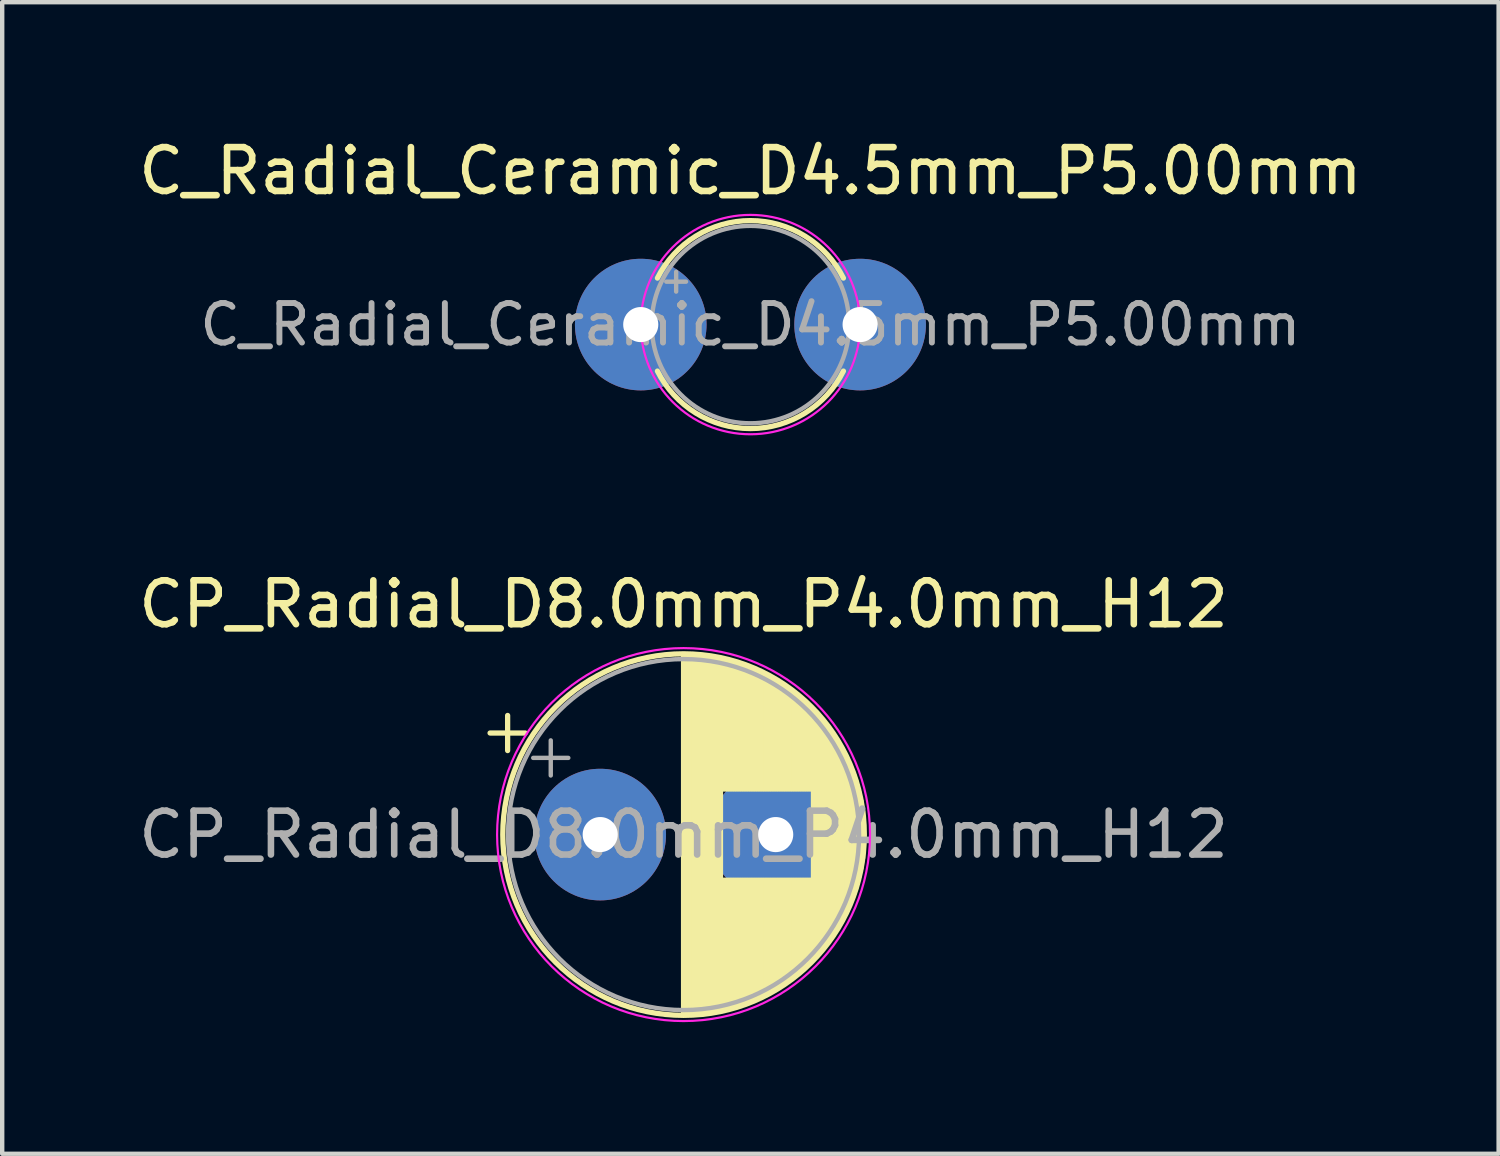
<source format=kicad_pcb>
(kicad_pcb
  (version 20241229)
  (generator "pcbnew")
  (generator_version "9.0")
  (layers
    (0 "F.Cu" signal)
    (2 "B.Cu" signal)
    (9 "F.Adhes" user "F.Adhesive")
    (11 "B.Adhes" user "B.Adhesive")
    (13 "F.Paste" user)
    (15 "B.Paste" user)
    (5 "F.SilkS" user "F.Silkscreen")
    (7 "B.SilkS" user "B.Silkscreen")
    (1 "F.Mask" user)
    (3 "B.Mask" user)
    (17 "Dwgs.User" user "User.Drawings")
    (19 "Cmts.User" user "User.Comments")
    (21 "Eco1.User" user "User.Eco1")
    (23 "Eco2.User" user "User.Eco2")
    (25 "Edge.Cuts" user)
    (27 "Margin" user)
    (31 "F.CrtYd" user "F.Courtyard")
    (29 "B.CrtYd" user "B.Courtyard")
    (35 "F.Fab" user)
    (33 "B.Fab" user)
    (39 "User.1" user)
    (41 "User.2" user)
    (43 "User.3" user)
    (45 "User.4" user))
  (footprint "CP_Radial_D8.0mm_P4.0mm_H12"
    (layer "F.Cu")
    (at 10.63 15.972)
    (property "Reference" "CP_Radial_D8.0mm_P4.0mm_H12" (at 1.9 -5.25 0) (layer "F.SilkS") (effects (font (size 1 1) (thickness 0.15))))
    (attr through_hole)
    (fp_line (start -2.51 -2.315) (end -1.71 -2.315) (stroke (width 0.12) (type solid)) (layer "F.SilkS"))
    (fp_line (start -2.11 -2.715) (end -2.11 -1.915) (stroke (width 0.12) (type solid)) (layer "F.SilkS"))
    (fp_line (start 1.9 -4.08) (end 1.9 4.08) (stroke (width 0.12) (type solid)) (layer "F.SilkS"))
    (fp_line (start 1.94 -4.08) (end 1.94 4.08) (stroke (width 0.12) (type solid)) (layer "F.SilkS"))
    (fp_line (start 1.98 -4.08) (end 1.98 4.08) (stroke (width 0.12) (type solid)) (layer "F.SilkS"))
    (fp_line (start 2.02 -4.079) (end 2.02 4.079) (stroke (width 0.12) (type solid)) (layer "F.SilkS"))
    (fp_line (start 2.06 -4.077) (end 2.06 4.077) (stroke (width 0.12) (type solid)) (layer "F.SilkS"))
    (fp_line (start 2.1 -4.076) (end 2.1 4.076) (stroke (width 0.12) (type solid)) (layer "F.SilkS"))
    (fp_line (start 2.14 -4.074) (end 2.14 4.074) (stroke (width 0.12) (type solid)) (layer "F.SilkS"))
    (fp_line (start 2.18 -4.071) (end 2.18 4.071) (stroke (width 0.12) (type solid)) (layer "F.SilkS"))
    (fp_line (start 2.22 -4.068) (end 2.22 4.068) (stroke (width 0.12) (type solid)) (layer "F.SilkS"))
    (fp_line (start 2.26 -4.065) (end 2.26 4.065) (stroke (width 0.12) (type solid)) (layer "F.SilkS"))
    (fp_line (start 2.3 -4.061) (end 2.3 4.061) (stroke (width 0.12) (type solid)) (layer "F.SilkS"))
    (fp_line (start 2.34 -4.057) (end 2.34 4.057) (stroke (width 0.12) (type solid)) (layer "F.SilkS"))
    (fp_line (start 2.38 -4.052) (end 2.38 4.052) (stroke (width 0.12) (type solid)) (layer "F.SilkS"))
    (fp_line (start 2.42 -4.048) (end 2.42 4.048) (stroke (width 0.12) (type solid)) (layer "F.SilkS"))
    (fp_line (start 2.46 -4.042) (end 2.46 4.042) (stroke (width 0.12) (type solid)) (layer "F.SilkS"))
    (fp_line (start 2.5 -4.037) (end 2.5 4.037) (stroke (width 0.12) (type solid)) (layer "F.SilkS"))
    (fp_line (start 2.54 -4.03) (end 2.54 4.03) (stroke (width 0.12) (type solid)) (layer "F.SilkS"))
    (fp_line (start 2.58 -4.024) (end 2.58 4.024) (stroke (width 0.12) (type solid)) (layer "F.SilkS"))
    (fp_line (start 2.621 -4.017) (end 2.621 4.017) (stroke (width 0.12) (type solid)) (layer "F.SilkS"))
    (fp_line (start 2.661 -4.01) (end 2.661 4.01) (stroke (width 0.12) (type solid)) (layer "F.SilkS"))
    (fp_line (start 2.701 -4.002) (end 2.701 4.002) (stroke (width 0.12) (type solid)) (layer "F.SilkS"))
    (fp_line (start 2.741 -3.994) (end 2.741 3.994) (stroke (width 0.12) (type solid)) (layer "F.SilkS"))
    (fp_line (start 2.781 -3.985) (end 2.781 -1.04) (stroke (width 0.12) (type solid)) (layer "F.SilkS"))
    (fp_line (start 2.781 1.04) (end 2.781 3.985) (stroke (width 0.12) (type solid)) (layer "F.SilkS"))
    (fp_line (start 2.821 -3.976) (end 2.821 -1.04) (stroke (width 0.12) (type solid)) (layer "F.SilkS"))
    (fp_line (start 2.821 1.04) (end 2.821 3.976) (stroke (width 0.12) (type solid)) (layer "F.SilkS"))
    (fp_line (start 2.861 -3.967) (end 2.861 -1.04) (stroke (width 0.12) (type solid)) (layer "F.SilkS"))
    (fp_line (start 2.861 1.04) (end 2.861 3.967) (stroke (width 0.12) (type solid)) (layer "F.SilkS"))
    (fp_line (start 2.901 -3.957) (end 2.901 -1.04) (stroke (width 0.12) (type solid)) (layer "F.SilkS"))
    (fp_line (start 2.901 1.04) (end 2.901 3.957) (stroke (width 0.12) (type solid)) (layer "F.SilkS"))
    (fp_line (start 2.941 -3.947) (end 2.941 -1.04) (stroke (width 0.12) (type solid)) (layer "F.SilkS"))
    (fp_line (start 2.941 1.04) (end 2.941 3.947) (stroke (width 0.12) (type solid)) (layer "F.SilkS"))
    (fp_line (start 2.981 -3.936) (end 2.981 -1.04) (stroke (width 0.12) (type solid)) (layer "F.SilkS"))
    (fp_line (start 2.981 1.04) (end 2.981 3.936) (stroke (width 0.12) (type solid)) (layer "F.SilkS"))
    (fp_line (start 3.021 -3.925) (end 3.021 -1.04) (stroke (width 0.12) (type solid)) (layer "F.SilkS"))
    (fp_line (start 3.021 1.04) (end 3.021 3.925) (stroke (width 0.12) (type solid)) (layer "F.SilkS"))
    (fp_line (start 3.061 -3.914) (end 3.061 -1.04) (stroke (width 0.12) (type solid)) (layer "F.SilkS"))
    (fp_line (start 3.061 1.04) (end 3.061 3.914) (stroke (width 0.12) (type solid)) (layer "F.SilkS"))
    (fp_line (start 3.101 -3.902) (end 3.101 -1.04) (stroke (width 0.12) (type solid)) (layer "F.SilkS"))
    (fp_line (start 3.101 1.04) (end 3.101 3.902) (stroke (width 0.12) (type solid)) (layer "F.SilkS"))
    (fp_line (start 3.141 -3.889) (end 3.141 -1.04) (stroke (width 0.12) (type solid)) (layer "F.SilkS"))
    (fp_line (start 3.141 1.04) (end 3.141 3.889) (stroke (width 0.12) (type solid)) (layer "F.SilkS"))
    (fp_line (start 3.181 -3.877) (end 3.181 -1.04) (stroke (width 0.12) (type solid)) (layer "F.SilkS"))
    (fp_line (start 3.181 1.04) (end 3.181 3.877) (stroke (width 0.12) (type solid)) (layer "F.SilkS"))
    (fp_line (start 3.221 -3.863) (end 3.221 -1.04) (stroke (width 0.12) (type solid)) (layer "F.SilkS"))
    (fp_line (start 3.221 1.04) (end 3.221 3.863) (stroke (width 0.12) (type solid)) (layer "F.SilkS"))
    (fp_line (start 3.261 -3.85) (end 3.261 -1.04) (stroke (width 0.12) (type solid)) (layer "F.SilkS"))
    (fp_line (start 3.261 1.04) (end 3.261 3.85) (stroke (width 0.12) (type solid)) (layer "F.SilkS"))
    (fp_line (start 3.301 -3.835) (end 3.301 -1.04) (stroke (width 0.12) (type solid)) (layer "F.SilkS"))
    (fp_line (start 3.301 1.04) (end 3.301 3.835) (stroke (width 0.12) (type solid)) (layer "F.SilkS"))
    (fp_line (start 3.341 -3.821) (end 3.341 -1.04) (stroke (width 0.12) (type solid)) (layer "F.SilkS"))
    (fp_line (start 3.341 1.04) (end 3.341 3.821) (stroke (width 0.12) (type solid)) (layer "F.SilkS"))
    (fp_line (start 3.381 -3.805) (end 3.381 -1.04) (stroke (width 0.12) (type solid)) (layer "F.SilkS"))
    (fp_line (start 3.381 1.04) (end 3.381 3.805) (stroke (width 0.12) (type solid)) (layer "F.SilkS"))
    (fp_line (start 3.421 -3.79) (end 3.421 -1.04) (stroke (width 0.12) (type solid)) (layer "F.SilkS"))
    (fp_line (start 3.421 1.04) (end 3.421 3.79) (stroke (width 0.12) (type solid)) (layer "F.SilkS"))
    (fp_line (start 3.461 -3.774) (end 3.461 -1.04) (stroke (width 0.12) (type solid)) (layer "F.SilkS"))
    (fp_line (start 3.461 1.04) (end 3.461 3.774) (stroke (width 0.12) (type solid)) (layer "F.SilkS"))
    (fp_line (start 3.501 -3.757) (end 3.501 -1.04) (stroke (width 0.12) (type solid)) (layer "F.SilkS"))
    (fp_line (start 3.501 1.04) (end 3.501 3.757) (stroke (width 0.12) (type solid)) (layer "F.SilkS"))
    (fp_line (start 3.541 -3.74) (end 3.541 -1.04) (stroke (width 0.12) (type solid)) (layer "F.SilkS"))
    (fp_line (start 3.541 1.04) (end 3.541 3.74) (stroke (width 0.12) (type solid)) (layer "F.SilkS"))
    (fp_line (start 3.581 -3.722) (end 3.581 -1.04) (stroke (width 0.12) (type solid)) (layer "F.SilkS"))
    (fp_line (start 3.581 1.04) (end 3.581 3.722) (stroke (width 0.12) (type solid)) (layer "F.SilkS"))
    (fp_line (start 3.621 -3.704) (end 3.621 -1.04) (stroke (width 0.12) (type solid)) (layer "F.SilkS"))
    (fp_line (start 3.621 1.04) (end 3.621 3.704) (stroke (width 0.12) (type solid)) (layer "F.SilkS"))
    (fp_line (start 3.661 -3.686) (end 3.661 -1.04) (stroke (width 0.12) (type solid)) (layer "F.SilkS"))
    (fp_line (start 3.661 1.04) (end 3.661 3.686) (stroke (width 0.12) (type solid)) (layer "F.SilkS"))
    (fp_line (start 3.701 -3.666) (end 3.701 -1.04) (stroke (width 0.12) (type solid)) (layer "F.SilkS"))
    (fp_line (start 3.701 1.04) (end 3.701 3.666) (stroke (width 0.12) (type solid)) (layer "F.SilkS"))
    (fp_line (start 3.741 -3.647) (end 3.741 -1.04) (stroke (width 0.12) (type solid)) (layer "F.SilkS"))
    (fp_line (start 3.741 1.04) (end 3.741 3.647) (stroke (width 0.12) (type solid)) (layer "F.SilkS"))
    (fp_line (start 3.781 -3.627) (end 3.781 -1.04) (stroke (width 0.12) (type solid)) (layer "F.SilkS"))
    (fp_line (start 3.781 1.04) (end 3.781 3.627) (stroke (width 0.12) (type solid)) (layer "F.SilkS"))
    (fp_line (start 3.821 -3.606) (end 3.821 -1.04) (stroke (width 0.12) (type solid)) (layer "F.SilkS"))
    (fp_line (start 3.821 1.04) (end 3.821 3.606) (stroke (width 0.12) (type solid)) (layer "F.SilkS"))
    (fp_line (start 3.861 -3.584) (end 3.861 -1.04) (stroke (width 0.12) (type solid)) (layer "F.SilkS"))
    (fp_line (start 3.861 1.04) (end 3.861 3.584) (stroke (width 0.12) (type solid)) (layer "F.SilkS"))
    (fp_line (start 3.901 -3.562) (end 3.901 -1.04) (stroke (width 0.12) (type solid)) (layer "F.SilkS"))
    (fp_line (start 3.901 1.04) (end 3.901 3.562) (stroke (width 0.12) (type solid)) (layer "F.SilkS"))
    (fp_line (start 3.941 -3.54) (end 3.941 -1.04) (stroke (width 0.12) (type solid)) (layer "F.SilkS"))
    (fp_line (start 3.941 1.04) (end 3.941 3.54) (stroke (width 0.12) (type solid)) (layer "F.SilkS"))
    (fp_line (start 3.981 -3.517) (end 3.981 -1.04) (stroke (width 0.12) (type solid)) (layer "F.SilkS"))
    (fp_line (start 3.981 1.04) (end 3.981 3.517) (stroke (width 0.12) (type solid)) (layer "F.SilkS"))
    (fp_line (start 4.021 -3.493) (end 4.021 -1.04) (stroke (width 0.12) (type solid)) (layer "F.SilkS"))
    (fp_line (start 4.021 1.04) (end 4.021 3.493) (stroke (width 0.12) (type solid)) (layer "F.SilkS"))
    (fp_line (start 4.061 -3.469) (end 4.061 -1.04) (stroke (width 0.12) (type solid)) (layer "F.SilkS"))
    (fp_line (start 4.061 1.04) (end 4.061 3.469) (stroke (width 0.12) (type solid)) (layer "F.SilkS"))
    (fp_line (start 4.101 -3.444) (end 4.101 -1.04) (stroke (width 0.12) (type solid)) (layer "F.SilkS"))
    (fp_line (start 4.101 1.04) (end 4.101 3.444) (stroke (width 0.12) (type solid)) (layer "F.SilkS"))
    (fp_line (start 4.141 -3.418) (end 4.141 -1.04) (stroke (width 0.12) (type solid)) (layer "F.SilkS"))
    (fp_line (start 4.141 1.04) (end 4.141 3.418) (stroke (width 0.12) (type solid)) (layer "F.SilkS"))
    (fp_line (start 4.181 -3.392) (end 4.181 -1.04) (stroke (width 0.12) (type solid)) (layer "F.SilkS"))
    (fp_line (start 4.181 1.04) (end 4.181 3.392) (stroke (width 0.12) (type solid)) (layer "F.SilkS"))
    (fp_line (start 4.221 -3.365) (end 4.221 -1.04) (stroke (width 0.12) (type solid)) (layer "F.SilkS"))
    (fp_line (start 4.221 1.04) (end 4.221 3.365) (stroke (width 0.12) (type solid)) (layer "F.SilkS"))
    (fp_line (start 4.261 -3.338) (end 4.261 -1.04) (stroke (width 0.12) (type solid)) (layer "F.SilkS"))
    (fp_line (start 4.261 1.04) (end 4.261 3.338) (stroke (width 0.12) (type solid)) (layer "F.SilkS"))
    (fp_line (start 4.301 -3.309) (end 4.301 -1.04) (stroke (width 0.12) (type solid)) (layer "F.SilkS"))
    (fp_line (start 4.301 1.04) (end 4.301 3.309) (stroke (width 0.12) (type solid)) (layer "F.SilkS"))
    (fp_line (start 4.341 -3.28) (end 4.341 -1.04) (stroke (width 0.12) (type solid)) (layer "F.SilkS"))
    (fp_line (start 4.341 1.04) (end 4.341 3.28) (stroke (width 0.12) (type solid)) (layer "F.SilkS"))
    (fp_line (start 4.381 -3.25) (end 4.381 -1.04) (stroke (width 0.12) (type solid)) (layer "F.SilkS"))
    (fp_line (start 4.381 1.04) (end 4.381 3.25) (stroke (width 0.12) (type solid)) (layer "F.SilkS"))
    (fp_line (start 4.421 -3.22) (end 4.421 -1.04) (stroke (width 0.12) (type solid)) (layer "F.SilkS"))
    (fp_line (start 4.421 1.04) (end 4.421 3.22) (stroke (width 0.12) (type solid)) (layer "F.SilkS"))
    (fp_line (start 4.461 -3.189) (end 4.461 -1.04) (stroke (width 0.12) (type solid)) (layer "F.SilkS"))
    (fp_line (start 4.461 1.04) (end 4.461 3.189) (stroke (width 0.12) (type solid)) (layer "F.SilkS"))
    (fp_line (start 4.501 -3.156) (end 4.501 -1.04) (stroke (width 0.12) (type solid)) (layer "F.SilkS"))
    (fp_line (start 4.501 1.04) (end 4.501 3.156) (stroke (width 0.12) (type solid)) (layer "F.SilkS"))
    (fp_line (start 4.541 -3.124) (end 4.541 -1.04) (stroke (width 0.12) (type solid)) (layer "F.SilkS"))
    (fp_line (start 4.541 1.04) (end 4.541 3.124) (stroke (width 0.12) (type solid)) (layer "F.SilkS"))
    (fp_line (start 4.581 -3.09) (end 4.581 -1.04) (stroke (width 0.12) (type solid)) (layer "F.SilkS"))
    (fp_line (start 4.581 1.04) (end 4.581 3.09) (stroke (width 0.12) (type solid)) (layer "F.SilkS"))
    (fp_line (start 4.621 -3.055) (end 4.621 -1.04) (stroke (width 0.12) (type solid)) (layer "F.SilkS"))
    (fp_line (start 4.621 1.04) (end 4.621 3.055) (stroke (width 0.12) (type solid)) (layer "F.SilkS"))
    (fp_line (start 4.661 -3.019) (end 4.661 -1.04) (stroke (width 0.12) (type solid)) (layer "F.SilkS"))
    (fp_line (start 4.661 1.04) (end 4.661 3.019) (stroke (width 0.12) (type solid)) (layer "F.SilkS"))
    (fp_line (start 4.701 -2.983) (end 4.701 -1.04) (stroke (width 0.12) (type solid)) (layer "F.SilkS"))
    (fp_line (start 4.701 1.04) (end 4.701 2.983) (stroke (width 0.12) (type solid)) (layer "F.SilkS"))
    (fp_line (start 4.741 -2.945) (end 4.741 -1.04) (stroke (width 0.12) (type solid)) (layer "F.SilkS"))
    (fp_line (start 4.741 1.04) (end 4.741 2.945) (stroke (width 0.12) (type solid)) (layer "F.SilkS"))
    (fp_line (start 4.781 -2.907) (end 4.781 -1.04) (stroke (width 0.12) (type solid)) (layer "F.SilkS"))
    (fp_line (start 4.781 1.04) (end 4.781 2.907) (stroke (width 0.12) (type solid)) (layer "F.SilkS"))
    (fp_line (start 4.821 -2.867) (end 4.821 -1.04) (stroke (width 0.12) (type solid)) (layer "F.SilkS"))
    (fp_line (start 4.821 1.04) (end 4.821 2.867) (stroke (width 0.12) (type solid)) (layer "F.SilkS"))
    (fp_line (start 4.861 -2.826) (end 4.861 2.826) (stroke (width 0.12) (type solid)) (layer "F.SilkS"))
    (fp_line (start 4.901 -2.784) (end 4.901 2.784) (stroke (width 0.12) (type solid)) (layer "F.SilkS"))
    (fp_line (start 4.941 -2.741) (end 4.941 2.741) (stroke (width 0.12) (type solid)) (layer "F.SilkS"))
    (fp_line (start 4.981 -2.697) (end 4.981 2.697) (stroke (width 0.12) (type solid)) (layer "F.SilkS"))
    (fp_line (start 5.021 -2.651) (end 5.021 2.651) (stroke (width 0.12) (type solid)) (layer "F.SilkS"))
    (fp_line (start 5.061 -2.604) (end 5.061 2.604) (stroke (width 0.12) (type solid)) (layer "F.SilkS"))
    (fp_line (start 5.101 -2.556) (end 5.101 2.556) (stroke (width 0.12) (type solid)) (layer "F.SilkS"))
    (fp_line (start 5.141 -2.505) (end 5.141 2.505) (stroke (width 0.12) (type solid)) (layer "F.SilkS"))
    (fp_line (start 5.181 -2.454) (end 5.181 2.454) (stroke (width 0.12) (type solid)) (layer "F.SilkS"))
    (fp_line (start 5.221 -2.4) (end 5.221 2.4) (stroke (width 0.12) (type solid)) (layer "F.SilkS"))
    (fp_line (start 5.261 -2.345) (end 5.261 2.345) (stroke (width 0.12) (type solid)) (layer "F.SilkS"))
    (fp_line (start 5.301 -2.287) (end 5.301 2.287) (stroke (width 0.12) (type solid)) (layer "F.SilkS"))
    (fp_line (start 5.341 -2.228) (end 5.341 2.228) (stroke (width 0.12) (type solid)) (layer "F.SilkS"))
    (fp_line (start 5.381 -2.166) (end 5.381 2.166) (stroke (width 0.12) (type solid)) (layer "F.SilkS"))
    (fp_line (start 5.421 -2.102) (end 5.421 2.102) (stroke (width 0.12) (type solid)) (layer "F.SilkS"))
    (fp_line (start 5.461 -2.034) (end 5.461 2.034) (stroke (width 0.12) (type solid)) (layer "F.SilkS"))
    (fp_line (start 5.501 -1.964) (end 5.501 1.964) (stroke (width 0.12) (type solid)) (layer "F.SilkS"))
    (fp_line (start 5.541 -1.89) (end 5.541 1.89) (stroke (width 0.12) (type solid)) (layer "F.SilkS"))
    (fp_line (start 5.581 -1.813) (end 5.581 1.813) (stroke (width 0.12) (type solid)) (layer "F.SilkS"))
    (fp_line (start 5.621 -1.731) (end 5.621 1.731) (stroke (width 0.12) (type solid)) (layer "F.SilkS"))
    (fp_line (start 5.661 -1.645) (end 5.661 1.645) (stroke (width 0.12) (type solid)) (layer "F.SilkS"))
    (fp_line (start 5.701 -1.552) (end 5.701 1.552) (stroke (width 0.12) (type solid)) (layer "F.SilkS"))
    (fp_line (start 5.741 -1.453) (end 5.741 1.453) (stroke (width 0.12) (type solid)) (layer "F.SilkS"))
    (fp_line (start 5.781 -1.346) (end 5.781 1.346) (stroke (width 0.12) (type solid)) (layer "F.SilkS"))
    (fp_line (start 5.821 -1.229) (end 5.821 1.229) (stroke (width 0.12) (type solid)) (layer "F.SilkS"))
    (fp_line (start 5.861 -1.098) (end 5.861 1.098) (stroke (width 0.12) (type solid)) (layer "F.SilkS"))
    (fp_line (start 5.901 -0.948) (end 5.901 0.948) (stroke (width 0.12) (type solid)) (layer "F.SilkS"))
    (fp_line (start 5.941 -0.768) (end 5.941 0.768) (stroke (width 0.12) (type solid)) (layer "F.SilkS"))
    (fp_line (start 5.981 -0.533) (end 5.981 0.533) (stroke (width 0.12) (type solid)) (layer "F.SilkS"))
    (fp_circle (center 1.9 0) (end 6.02 0) (stroke (width 0.12) (type solid)) (fill no) (layer "F.SilkS"))
    (fp_circle (center 1.9 0) (end 6.15 0) (stroke (width 0.05) (type solid)) (fill no) (layer "F.CrtYd"))
    (fp_line (start -1.527 -1.748) (end -0.727 -1.748) (stroke (width 0.1) (type solid)) (layer "F.Fab"))
    (fp_line (start -1.127 -2.147) (end -1.127 -1.347) (stroke (width 0.1) (type solid)) (layer "F.Fab"))
    (fp_circle (center 1.9 0) (end 5.9 0) (stroke (width 0.1) (type solid)) (fill no) (layer "F.Fab"))
    (fp_text user "${REFERENCE}" (at 1.9 0 0) (layer "F.Fab") (effects (font (size 1 1) (thickness 0.15))))
    (pad "1" thru_hole circle (at 0 0) (size 3 3) (drill 0.8) (layers "*.Cu" "*.Mask"))
    (pad "2" thru_hole circle (at 4 0) (size 3 3) (drill 0.8) (layers "*.Cu" "*.Mask")))
  (footprint "C_Radial_Ceramic_D4.5mm_P5.00mm"
    (layer "F.Cu")
    (at 11.554 4.348)
    (property "Reference" "C_Radial_Ceramic_D4.5mm_P5.00mm" (at 2.5 -3.5 0) (layer "F.SilkS") (effects (font (size 1 1) (thickness 0.15))))
    (attr through_hole)
    (fp_arc (start 0.380259 -1.06) (mid 2.5 -2.37) (end 4.619741 -1.06) (stroke (width 0.12) (type solid)) (layer "F.SilkS"))
    (fp_arc (start 4.619741 1.06) (mid 2.5 2.37) (end 0.380259 1.06) (stroke (width 0.12) (type solid)) (layer "F.SilkS"))
    (fp_circle (center 2.5 0) (end 5 0) (stroke (width 0.05) (type solid)) (fill no) (layer "F.CrtYd"))
    (fp_line (start 0.582 -0.978) (end 1.032 -0.978) (stroke (width 0.1) (type solid)) (layer "F.Fab"))
    (fp_line (start 0.807 -1.202) (end 0.807 -0.752) (stroke (width 0.1) (type solid)) (layer "F.Fab"))
    (fp_circle (center 2.5 0) (end 4.75 0) (stroke (width 0.1) (type solid)) (fill no) (layer "F.Fab"))
    (fp_text user "${REFERENCE}" (at 2.5 0 0) (layer "F.Fab") (effects (font (size 0.9 0.9) (thickness 0.135))))
    (pad "1" thru_hole circle (at 0 0) (size 3 3) (drill 0.8) (layers "*.Cu" "*.Mask"))
    (pad "2" thru_hole circle (at 5 0) (size 3 3) (drill 0.8) (layers "*.Cu" "*.Mask")))
  (gr_rect
    (start -3 -3)
    (end 31.107 23.247)
    (stroke (width 0.1) (type default))
    (fill no)
    (layer "Edge.Cuts")))
</source>
